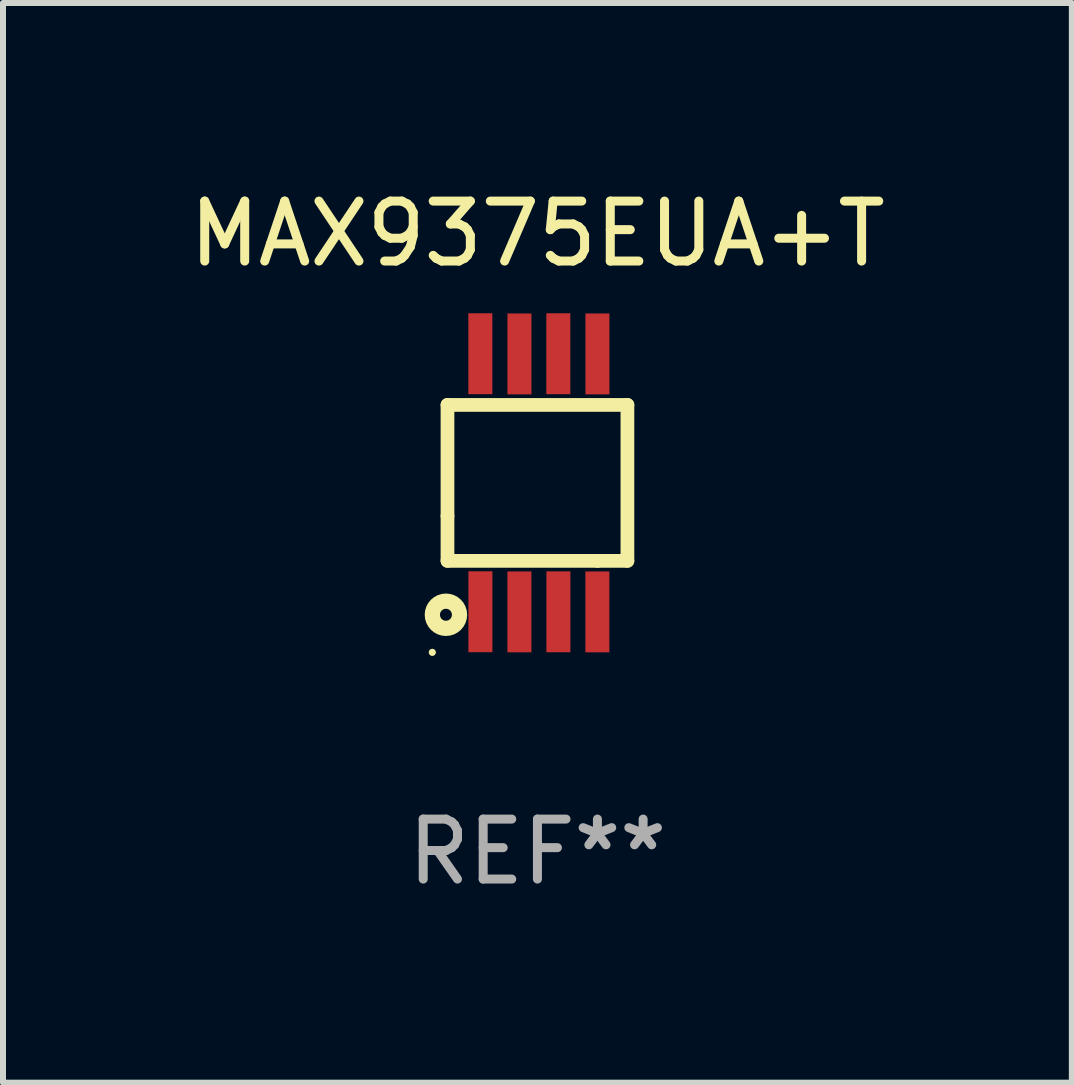
<source format=kicad_pcb>
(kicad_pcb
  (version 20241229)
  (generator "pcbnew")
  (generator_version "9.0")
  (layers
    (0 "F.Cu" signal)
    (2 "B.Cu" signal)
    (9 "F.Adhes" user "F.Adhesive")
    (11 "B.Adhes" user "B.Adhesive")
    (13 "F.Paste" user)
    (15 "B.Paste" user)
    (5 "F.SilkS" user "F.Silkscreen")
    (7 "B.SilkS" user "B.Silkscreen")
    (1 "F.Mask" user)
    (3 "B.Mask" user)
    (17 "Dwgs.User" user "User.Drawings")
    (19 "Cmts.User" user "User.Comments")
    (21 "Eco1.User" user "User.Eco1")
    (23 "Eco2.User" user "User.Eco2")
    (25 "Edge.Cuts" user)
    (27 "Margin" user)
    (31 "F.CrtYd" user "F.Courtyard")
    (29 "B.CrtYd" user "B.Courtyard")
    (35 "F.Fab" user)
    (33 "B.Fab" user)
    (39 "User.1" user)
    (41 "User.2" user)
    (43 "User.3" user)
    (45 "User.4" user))
  (footprint "MAX9375EUA+T"
    (layer "F.Cu")
    (at 5.911 5)
    (property "Reference" "MAX9375EUA+T" (at 0 -4.152 0) (layer "F.SilkS") (effects (font (size 1 1) (thickness 0.15))))
    (attr through_hole)
    (fp_line (start -1.5 1.301) (end 1 1.301) (stroke (width 0.229) (type solid)) (layer "F.SilkS"))
    (fp_line (start -1.5 -1.299) (end -1.5 0.551) (stroke (width 0.229) (type solid)) (layer "F.SilkS"))
    (fp_line (start -1.5 0.551) (end -1.5 1.301) (stroke (width 0.229) (type solid)) (layer "F.SilkS"))
    (fp_line (start 1 1.301) (end 1.5 1.301) (stroke (width 0.229) (type solid)) (layer "F.SilkS"))
    (fp_line (start 1.5 1.301) (end 1.5 -1.299) (stroke (width 0.229) (type solid)) (layer "F.SilkS"))
    (fp_line (start 1.5 -1.299) (end -1.5 -1.299) (stroke (width 0.229) (type solid)) (layer "F.SilkS"))
    (fp_circle (center -1.753 2.827) (end -1.723 2.827) (stroke (width 0.06) (type solid)) (fill no) (layer "F.SilkS"))
    (fp_circle (center -1.526 2.2) (end -1.426 2.2) (stroke (width 0.254) (type solid)) (fill no) (layer "F.SilkS"))
    (fp_text user "REF**" (at 0 6.152 0) (layer "F.Fab") (effects (font (size 1 1) (thickness 0.15))))
    (pad "1" smd rect (at -0.951 2.15) (size 0.4 1.349) (layers "F.Cu" "F.Mask" "F.Paste"))
    (pad "2" smd rect (at -0.301 2.152) (size 0.4 1.349) (layers "F.Cu" "F.Mask" "F.Paste"))
    (pad "3" smd rect (at 0.349 2.151) (size 0.4 1.349) (layers "F.Cu" "F.Mask" "F.Paste"))
    (pad "4" smd rect (at 0.999 2.152) (size 0.4 1.349) (layers "F.Cu" "F.Mask" "F.Paste"))
    (pad "5" smd rect (at 1 -2.149) (size 0.4 1.349) (layers "F.Cu" "F.Mask" "F.Paste"))
    (pad "6" smd rect (at 0.348 -2.152) (size 0.4 1.349) (layers "F.Cu" "F.Mask" "F.Paste"))
    (pad "7" smd rect (at -0.3 -2.149) (size 0.4 1.349) (layers "F.Cu" "F.Mask" "F.Paste"))
    (pad "8" smd rect (at -0.952 -2.152) (size 0.4 1.349) (layers "F.Cu" "F.Mask" "F.Paste")))
  (gr_rect
    (start -3 -3)
    (end 14.821 15.001)
    (stroke (width 0.1) (type default))
    (fill no)
    (layer "Edge.Cuts")))
</source>
